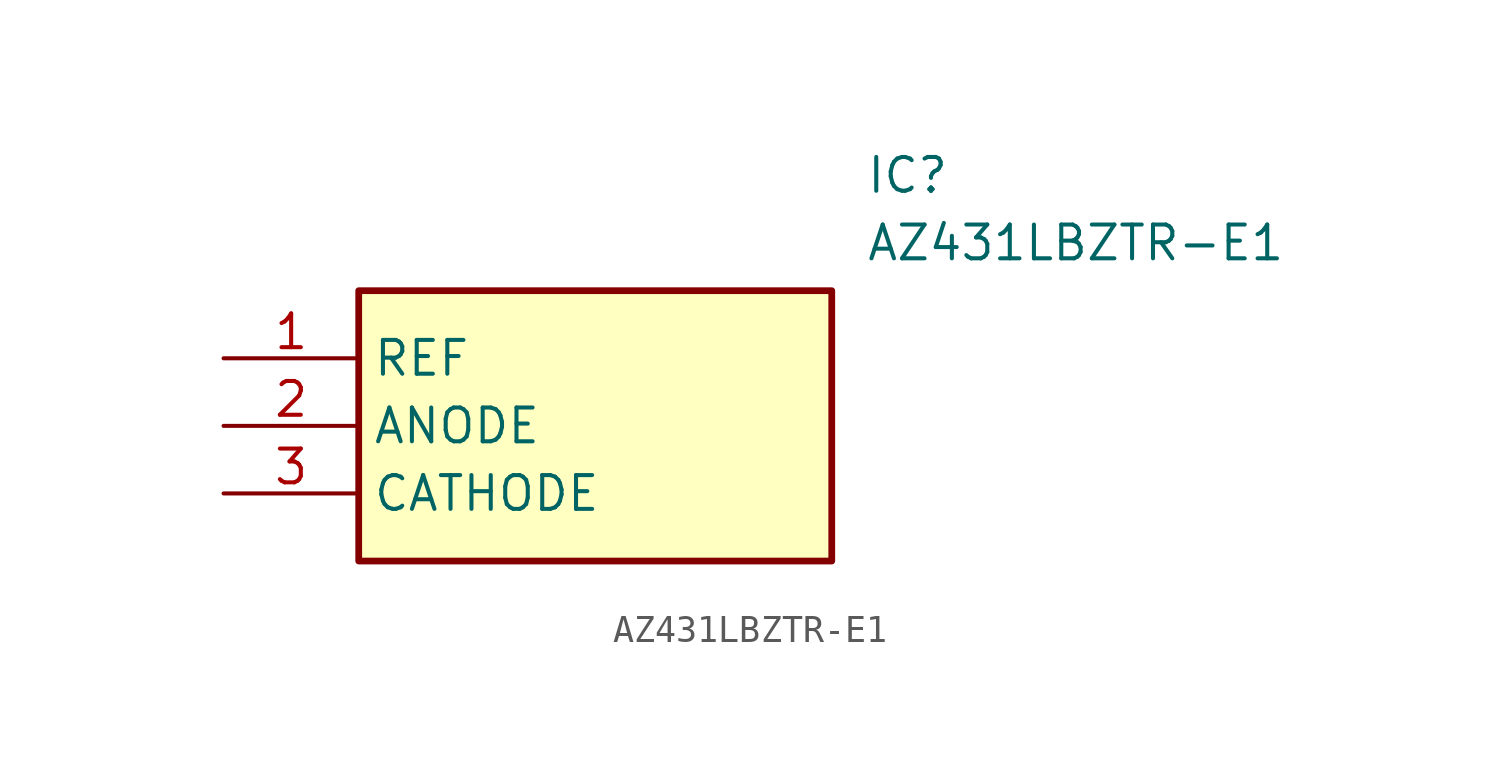
<source format=kicad_sym>
(kicad_symbol_lib
  (version 20211014)
  (generator SamacSys_ECAD_Model)
  (symbol "AZ431LBZTR-E1"
    (property "Reference" "IC"
      (at 24.13 7.62 0)
      (effects (font (size 1.27 1.27)) (justify left top)))
    (property "Value" "AZ431LBZTR-E1"
      (at 24.13 5.08 0)
      (effects (font (size 1.27 1.27)) (justify left top)))
    (rectangle
      (start 5.08 2.54)
      (end 22.86 -7.62)
      (stroke (width 0.254) (type default))
      (fill (type background)))
    (pin passive line
      (at 0 0 0)
      (length 5.08)
      (name "REF" (effects (font (size 1.27 1.27))))
      (number "1" (effects (font (size 1.27 1.27)))))
    (pin passive line
      (at 0 -2.54 0)
      (length 5.08)
      (name "ANODE" (effects (font (size 1.27 1.27))))
      (number "2" (effects (font (size 1.27 1.27)))))
    (pin passive line
      (at 0 -5.08 0)
      (length 5.08)
      (name "CATHODE" (effects (font (size 1.27 1.27))))
      (number "3" (effects (font (size 1.27 1.27)))))))
</source>
